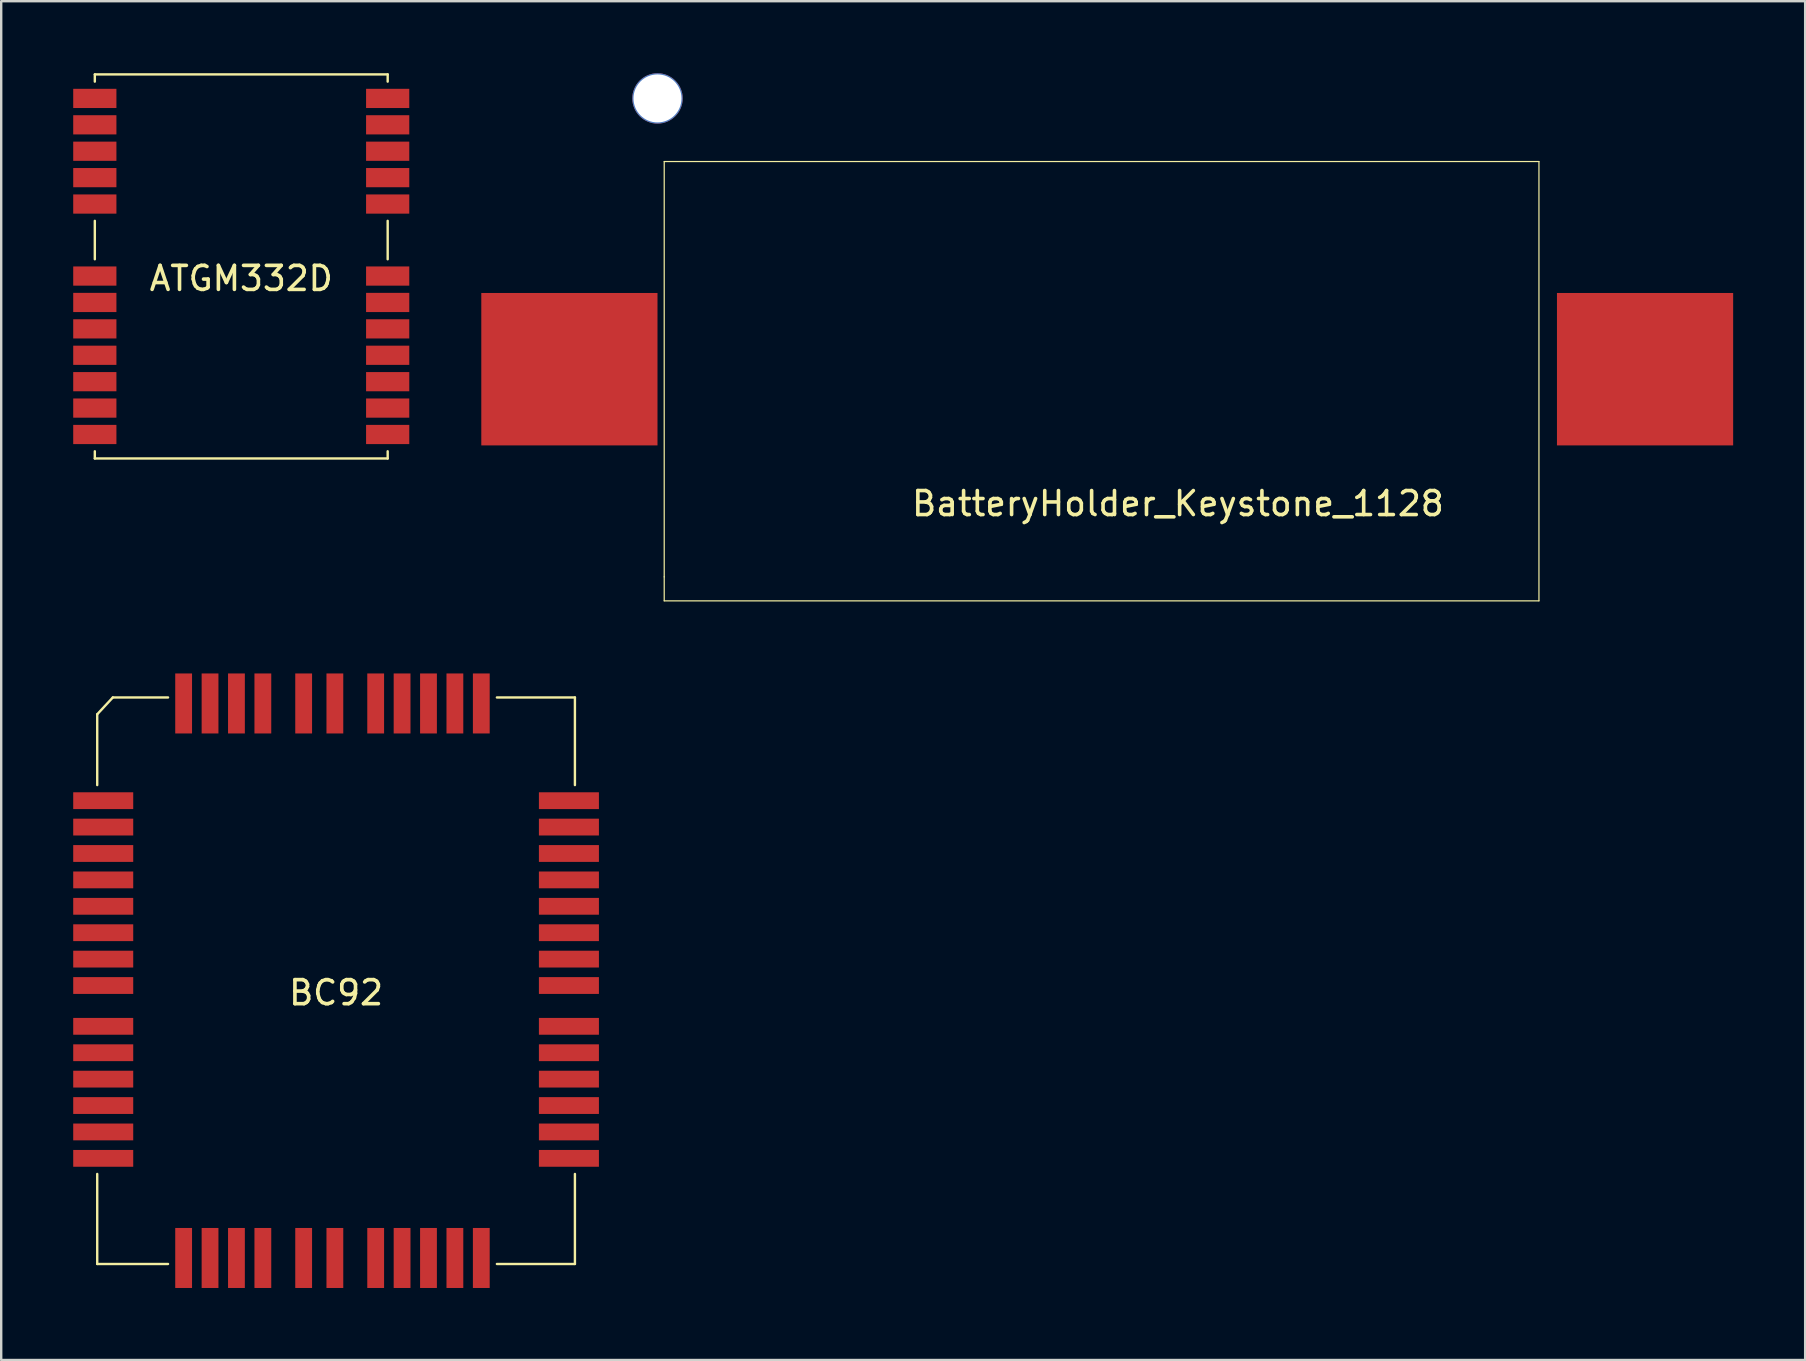
<source format=kicad_pcb>
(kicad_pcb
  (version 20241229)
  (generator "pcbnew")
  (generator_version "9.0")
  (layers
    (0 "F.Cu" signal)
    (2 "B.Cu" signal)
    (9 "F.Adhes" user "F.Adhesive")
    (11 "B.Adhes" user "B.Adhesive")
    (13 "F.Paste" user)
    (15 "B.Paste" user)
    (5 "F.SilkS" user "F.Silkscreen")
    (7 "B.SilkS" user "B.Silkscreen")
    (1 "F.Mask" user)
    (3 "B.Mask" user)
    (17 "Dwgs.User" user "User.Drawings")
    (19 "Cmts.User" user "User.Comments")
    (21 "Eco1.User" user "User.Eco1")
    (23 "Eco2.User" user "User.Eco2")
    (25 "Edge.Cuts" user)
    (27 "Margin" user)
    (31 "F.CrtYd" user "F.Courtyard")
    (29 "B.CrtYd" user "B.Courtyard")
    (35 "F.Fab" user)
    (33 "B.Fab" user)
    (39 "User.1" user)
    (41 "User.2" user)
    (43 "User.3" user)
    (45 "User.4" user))
  (footprint "ATGM332D"
    (layer "F.Cu")
    (at 7 8.05)
    (property "Reference" "ATGM332D" (at 0 0.5 0) (layer "F.SilkS") (effects (font (size 1 1) (thickness 0.15))))
    (attr through_hole)
    (fp_line (start -6.1 -8) (end 6.1 -8) (stroke (width 0.1) (type solid)) (layer "F.SilkS"))
    (fp_line (start -6.1 -7.7) (end -6.1 -8) (stroke (width 0.1) (type solid)) (layer "F.SilkS"))
    (fp_line (start -6.1 -0.3) (end -6.1 -1.9) (stroke (width 0.1) (type solid)) (layer "F.SilkS"))
    (fp_line (start -6.1 8) (end -6.1 7.7) (stroke (width 0.1) (type solid)) (layer "F.SilkS"))
    (fp_line (start -6.1 8) (end 6.1 8) (stroke (width 0.1) (type solid)) (layer "F.SilkS"))
    (fp_line (start 6.1 -7.7) (end 6.1 -8) (stroke (width 0.1) (type solid)) (layer "F.SilkS"))
    (fp_line (start 6.1 -0.3) (end 6.1 -1.9) (stroke (width 0.1) (type solid)) (layer "F.SilkS"))
    (fp_line (start 6.1 8) (end 6.1 7.7) (stroke (width 0.1) (type solid)) (layer "F.SilkS"))
    (pad "1" smd rect (at 6.1 7) (size 1.8 0.8) (layers "F.Cu" "F.Mask" "F.Paste"))
    (pad "2" smd rect (at 6.1 5.9) (size 1.8 0.8) (layers "F.Cu" "F.Mask" "F.Paste"))
    (pad "3" smd rect (at 6.1 4.8) (size 1.8 0.8) (layers "F.Cu" "F.Mask" "F.Paste"))
    (pad "4" smd rect (at 6.1 3.7) (size 1.8 0.8) (layers "F.Cu" "F.Mask" "F.Paste"))
    (pad "5" smd rect (at 6.1 2.6) (size 1.8 0.8) (layers "F.Cu" "F.Mask" "F.Paste"))
    (pad "6" smd rect (at 6.1 1.5) (size 1.8 0.8) (layers "F.Cu" "F.Mask" "F.Paste"))
    (pad "7" smd rect (at 6.1 0.4) (size 1.8 0.8) (layers "F.Cu" "F.Mask" "F.Paste"))
    (pad "8" smd rect (at 6.1 -2.6) (size 1.8 0.8) (layers "F.Cu" "F.Mask" "F.Paste"))
    (pad "9" smd rect (at 6.1 -3.7) (size 1.8 0.8) (layers "F.Cu" "F.Mask" "F.Paste"))
    (pad "10" smd rect (at 6.1 -4.8) (size 1.8 0.8) (layers "F.Cu" "F.Mask" "F.Paste"))
    (pad "11" smd rect (at 6.1 -5.9) (size 1.8 0.8) (layers "F.Cu" "F.Mask" "F.Paste"))
    (pad "12" smd rect (at 6.1 -7) (size 1.8 0.8) (layers "F.Cu" "F.Mask" "F.Paste"))
    (pad "13" smd rect (at -6.1 -7) (size 1.8 0.8) (layers "F.Cu" "F.Mask" "F.Paste"))
    (pad "14" smd rect (at -6.1 -5.9) (size 1.8 0.8) (layers "F.Cu" "F.Mask" "F.Paste"))
    (pad "15" smd rect (at -6.1 -4.8) (size 1.8 0.8) (layers "F.Cu" "F.Mask" "F.Paste"))
    (pad "16" smd rect (at -6.1 -3.7) (size 1.8 0.8) (layers "F.Cu" "F.Mask" "F.Paste"))
    (pad "17" smd rect (at -6.1 -2.6) (size 1.8 0.8) (layers "F.Cu" "F.Mask" "F.Paste"))
    (pad "18" smd rect (at -6.1 0.4) (size 1.8 0.8) (layers "F.Cu" "F.Mask" "F.Paste"))
    (pad "19" smd rect (at -6.1 1.5) (size 1.8 0.8) (layers "F.Cu" "F.Mask" "F.Paste"))
    (pad "20" smd rect (at -6.1 2.6) (size 1.8 0.8) (layers "F.Cu" "F.Mask" "F.Paste"))
    (pad "21" smd rect (at -6.1 3.7) (size 1.8 0.8) (layers "F.Cu" "F.Mask" "F.Paste"))
    (pad "22" smd rect (at -6.1 4.8) (size 1.8 0.8) (layers "F.Cu" "F.Mask" "F.Paste"))
    (pad "23" smd rect (at -6.1 5.9) (size 1.8 0.8) (layers "F.Cu" "F.Mask" "F.Paste"))
    (pad "24" smd rect (at -6.1 7) (size 1.8 0.8) (layers "F.Cu" "F.Mask" "F.Paste")))
  (footprint "BatteryHolder_Keystone_1128"
    (layer "F.Cu")
    (at 46.58 12.33)
    (property "Reference" "BatteryHolder_Keystone_1128" (at -0.56 5.6 0) (layer "F.SilkS") (effects (font (size 1 1) (thickness 0.15))))
    (attr through_hole)
    (fp_line (start -21.96 -8.65) (end -21.96 8.65) (stroke (width 0.05) (type solid)) (layer "F.SilkS"))
    (fp_line (start -21.96 8.65) (end -21.96 9.65) (stroke (width 0.05) (type solid)) (layer "F.SilkS"))
    (fp_line (start 14.48 -8.65) (end -21.96 -8.65) (stroke (width 0.05) (type solid)) (layer "F.SilkS"))
    (fp_line (start 14.48 -8.65) (end 14.48 9.65) (stroke (width 0.05) (type solid)) (layer "F.SilkS"))
    (fp_line (start 14.48 9.65) (end -21.96 9.65) (stroke (width 0.05) (type solid)) (layer "F.SilkS"))
    (pad "" np_thru_hole circle (at -22.24 -11.28) (size 2.1 2.1) (drill 2) (layers "*.Cu"))
    (pad "1" smd rect (at -25.91 0) (size 7.34 6.35) (layers "F.Cu" "F.Mask" "F.Paste"))
    (pad "2" smd rect (at 18.9 0) (size 7.34 6.35) (layers "F.Cu" "F.Mask" "F.Paste")))
  (footprint "BC92"
    (layer "F.Cu")
    (at 10.95 37.805)
    (property "Reference" "BC92" (at 0 0.5 0) (layer "F.SilkS") (effects (font (size 1 1) (thickness 0.15))))
    (attr through_hole)
    (fp_line (start -9.95 -11.1) (end -9.95 -8.15) (stroke (width 0.1) (type solid)) (layer "F.SilkS"))
    (fp_line (start -9.95 8.05) (end -9.95 11.8) (stroke (width 0.1) (type solid)) (layer "F.SilkS"))
    (fp_line (start -9.95 11.8) (end -7 11.8) (stroke (width 0.1) (type solid)) (layer "F.SilkS"))
    (fp_line (start -9.3 -11.8) (end -9.95 -11.1) (stroke (width 0.1) (type solid)) (layer "F.SilkS"))
    (fp_line (start -9.3 -11.8) (end -7 -11.8) (stroke (width 0.1) (type solid)) (layer "F.SilkS"))
    (fp_line (start 6.7 11.8) (end 9.95 11.8) (stroke (width 0.1) (type solid)) (layer "F.SilkS"))
    (fp_line (start 9.95 -11.8) (end 6.7 -11.8) (stroke (width 0.1) (type solid)) (layer "F.SilkS"))
    (fp_line (start 9.95 -11.8) (end 9.95 -8.15) (stroke (width 0.1) (type solid)) (layer "F.SilkS"))
    (fp_line (start 9.95 8.05) (end 9.95 11.8) (stroke (width 0.1) (type solid)) (layer "F.SilkS"))
    (pad "1" smd rect (at -9.7 -7.5 90) (size 0.7 2.5) (layers "F.Cu" "F.Mask" "F.Paste"))
    (pad "2" smd rect (at -9.7 -6.4 90) (size 0.7 2.5) (layers "F.Cu" "F.Mask" "F.Paste"))
    (pad "3" smd rect (at -9.7 -5.3 90) (size 0.7 2.5) (layers "F.Cu" "F.Mask" "F.Paste"))
    (pad "4" smd rect (at -9.7 -4.2 90) (size 0.7 2.5) (layers "F.Cu" "F.Mask" "F.Paste"))
    (pad "5" smd rect (at -9.7 -3.1 90) (size 0.7 2.5) (layers "F.Cu" "F.Mask" "F.Paste"))
    (pad "6" smd rect (at -9.7 1.9 90) (size 0.7 2.5) (layers "F.Cu" "F.Mask" "F.Paste"))
    (pad "7" smd rect (at -9.7 3 90) (size 0.7 2.5) (layers "F.Cu" "F.Mask" "F.Paste"))
    (pad "8" smd rect (at -9.7 4.1 90) (size 0.7 2.5) (layers "F.Cu" "F.Mask" "F.Paste"))
    (pad "9" smd rect (at -9.7 5.2 90) (size 0.7 2.5) (layers "F.Cu" "F.Mask" "F.Paste"))
    (pad "10" smd rect (at -9.7 6.3 90) (size 0.7 2.5) (layers "F.Cu" "F.Mask" "F.Paste"))
    (pad "11" smd rect (at -9.7 7.4 90) (size 0.7 2.5) (layers "F.Cu" "F.Mask" "F.Paste"))
    (pad "12" smd rect (at -6.35 11.55) (size 0.7 2.5) (layers "F.Cu" "F.Mask" "F.Paste"))
    (pad "13" smd rect (at -5.25 11.55) (size 0.7 2.5) (layers "F.Cu" "F.Mask" "F.Paste"))
    (pad "14" smd rect (at -4.15 11.55) (size 0.7 2.5) (layers "F.Cu" "F.Mask" "F.Paste"))
    (pad "15" smd rect (at -3.05 11.55) (size 0.7 2.5) (layers "F.Cu" "F.Mask" "F.Paste"))
    (pad "16" smd rect (at 1.65 11.55) (size 0.7 2.5) (layers "F.Cu" "F.Mask" "F.Paste"))
    (pad "17" smd rect (at 2.75 11.55) (size 0.7 2.5) (layers "F.Cu" "F.Mask" "F.Paste"))
    (pad "18" smd rect (at 3.85 11.55) (size 0.7 2.5) (layers "F.Cu" "F.Mask" "F.Paste"))
    (pad "19" smd rect (at 4.95 11.55) (size 0.7 2.5) (layers "F.Cu" "F.Mask" "F.Paste"))
    (pad "20" smd rect (at 6.05 11.55) (size 0.7 2.5) (layers "F.Cu" "F.Mask" "F.Paste"))
    (pad "21" smd rect (at 9.7 7.4 90) (size 0.7 2.5) (layers "F.Cu" "F.Mask" "F.Paste"))
    (pad "22" smd rect (at 9.7 6.3 90) (size 0.7 2.5) (layers "F.Cu" "F.Mask" "F.Paste"))
    (pad "23" smd rect (at 9.7 5.2 90) (size 0.7 2.5) (layers "F.Cu" "F.Mask" "F.Paste"))
    (pad "24" smd rect (at 9.7 4.1 90) (size 0.7 2.5) (layers "F.Cu" "F.Mask" "F.Paste"))
    (pad "25" smd rect (at 9.7 3 90) (size 0.7 2.5) (layers "F.Cu" "F.Mask" "F.Paste"))
    (pad "26" smd rect (at 9.7 1.9 90) (size 0.7 2.5) (layers "F.Cu" "F.Mask" "F.Paste"))
    (pad "27" smd rect (at 9.7 -3.1 90) (size 0.7 2.5) (layers "F.Cu" "F.Mask" "F.Paste"))
    (pad "28" smd rect (at 9.7 -4.2 90) (size 0.7 2.5) (layers "F.Cu" "F.Mask" "F.Paste"))
    (pad "29" smd rect (at 9.7 -5.3 90) (size 0.7 2.5) (layers "F.Cu" "F.Mask" "F.Paste"))
    (pad "30" smd rect (at 9.7 -6.4 90) (size 0.7 2.5) (layers "F.Cu" "F.Mask" "F.Paste"))
    (pad "31" smd rect (at 9.7 -7.5 90) (size 0.7 2.5) (layers "F.Cu" "F.Mask" "F.Paste"))
    (pad "32" smd rect (at 6.05 -11.55) (size 0.7 2.5) (layers "F.Cu" "F.Mask" "F.Paste"))
    (pad "33" smd rect (at 4.95 -11.55) (size 0.7 2.5) (layers "F.Cu" "F.Mask" "F.Paste"))
    (pad "34" smd rect (at 3.85 -11.55) (size 0.7 2.5) (layers "F.Cu" "F.Mask" "F.Paste"))
    (pad "35" smd rect (at 2.75 -11.55) (size 0.7 2.5) (layers "F.Cu" "F.Mask" "F.Paste"))
    (pad "36" smd rect (at 1.65 -11.55) (size 0.7 2.5) (layers "F.Cu" "F.Mask" "F.Paste"))
    (pad "37" smd rect (at -3.05 -11.55) (size 0.7 2.5) (layers "F.Cu" "F.Mask" "F.Paste"))
    (pad "38" smd rect (at -4.15 -11.55) (size 0.7 2.5) (layers "F.Cu" "F.Mask" "F.Paste"))
    (pad "39" smd rect (at -5.25 -11.55) (size 0.7 2.5) (layers "F.Cu" "F.Mask" "F.Paste"))
    (pad "40" smd rect (at -6.35 -11.55) (size 0.7 2.5) (layers "F.Cu" "F.Mask" "F.Paste"))
    (pad "41" smd rect (at -1.35 11.55) (size 0.7 2.5) (layers "F.Cu" "F.Mask" "F.Paste"))
    (pad "42" smd rect (at -0.05 11.55) (size 0.7 2.5) (layers "F.Cu" "F.Mask" "F.Paste"))
    (pad "43" smd rect (at 9.7 0.2 90) (size 0.7 2.5) (layers "F.Cu" "F.Mask" "F.Paste"))
    (pad "44" smd rect (at 9.7 -0.9 90) (size 0.7 2.5) (layers "F.Cu" "F.Mask" "F.Paste"))
    (pad "45" smd rect (at 9.7 -2 90) (size 0.7 2.5) (layers "F.Cu" "F.Mask" "F.Paste"))
    (pad "46" smd rect (at -0.05 -11.55) (size 0.7 2.5) (layers "F.Cu" "F.Mask" "F.Paste"))
    (pad "47" smd rect (at -1.35 -11.55) (size 0.7 2.5) (layers "F.Cu" "F.Mask" "F.Paste"))
    (pad "48" smd rect (at -9.7 -2 90) (size 0.7 2.5) (layers "F.Cu" "F.Mask" "F.Paste"))
    (pad "49" smd rect (at -9.7 -0.9 90) (size 0.7 2.5) (layers "F.Cu" "F.Mask" "F.Paste"))
    (pad "50" smd rect (at -9.7 0.2 90) (size 0.7 2.5) (layers "F.Cu" "F.Mask" "F.Paste")))
  (gr_rect
    (start -3 -3)
    (end 72.15 53.605)
    (stroke (width 0.1) (type default))
    (fill no)
    (layer "Edge.Cuts")))
</source>
